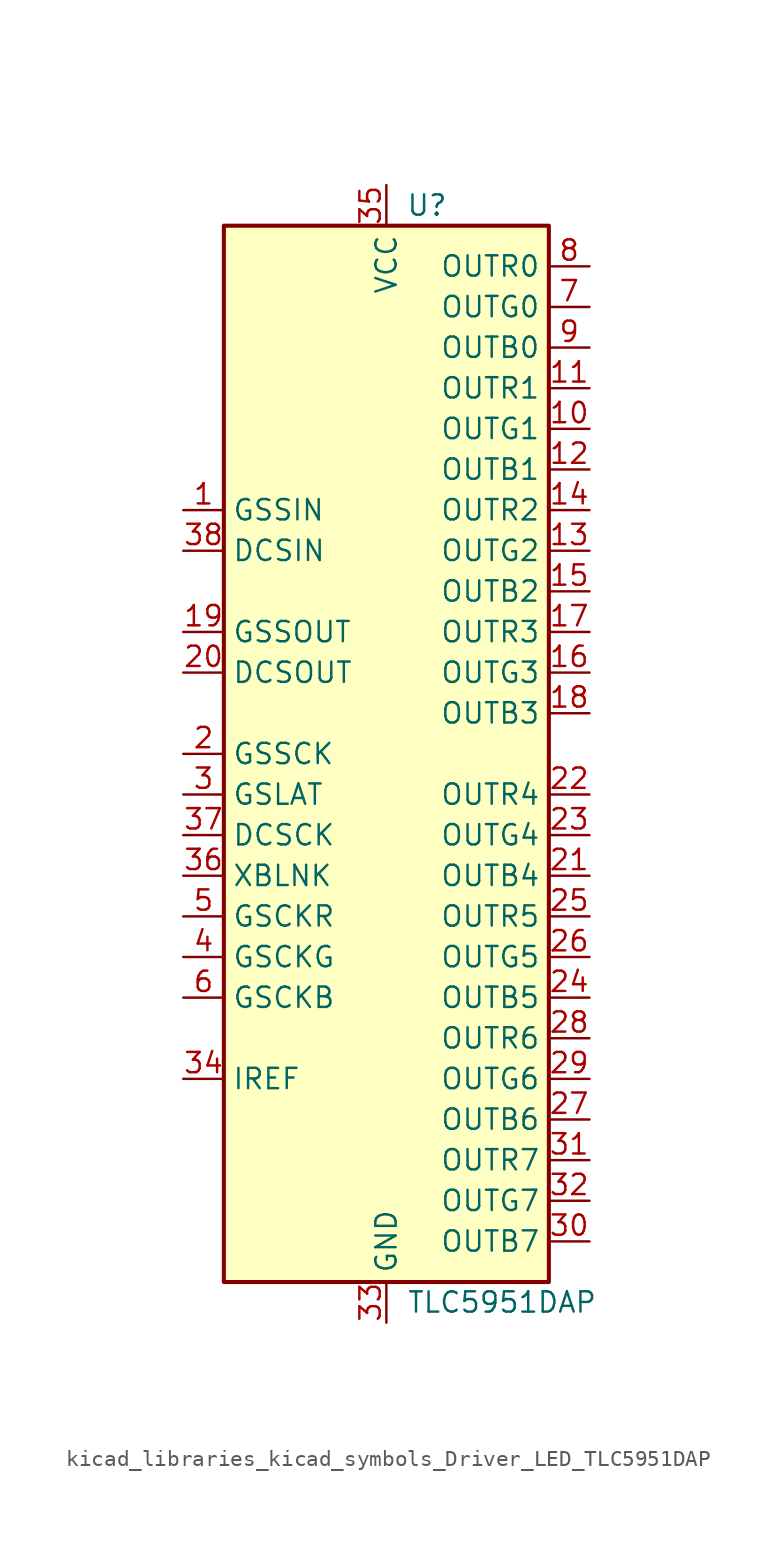
<source format=kicad_sym>
(kicad_symbol_lib
  (version 20220914)
  (generator kicad_symbol_editor)
  (symbol "kicad_libraries_kicad_symbols_Driver_LED_TLC5951DAP"
    (property "Reference" "U"
      (at 2.54 34.29 0)
      (effects (font (size 1.27 1.27))))
    (property "Value" "TLC5951DAP"
      (at 1.27 -34.29 0)
      (effects (font (size 1.27 1.27)) (justify left)))
    (symbol "kicad_libraries_kicad_symbols_Driver_LED_TLC5951DAP_0_1"
      (rectangle (start -10.16 33.02) (end 10.16 -33.02) (stroke (width 0.254) (type default)) (fill (type background)))
      (pin input line (at -12.7 15.24 0) (length 2.54) (name "GSSIN" (effects (font (size 1.27 1.27)))) (number "1" (effects (font (size 1.27 1.27)))))
      (pin open_collector line (at 12.7 20.32 180) (length 2.54) (name "OUTG1" (effects (font (size 1.27 1.27)))) (number "10" (effects (font (size 1.27 1.27)))))
      (pin open_collector line (at 12.7 22.86 180) (length 2.54) (name "OUTR1" (effects (font (size 1.27 1.27)))) (number "11" (effects (font (size 1.27 1.27)))))
      (pin open_collector line (at 12.7 17.78 180) (length 2.54) (name "OUTB1" (effects (font (size 1.27 1.27)))) (number "12" (effects (font (size 1.27 1.27)))))
      (pin open_collector line (at 12.7 12.7 180) (length 2.54) (name "OUTG2" (effects (font (size 1.27 1.27)))) (number "13" (effects (font (size 1.27 1.27)))))
      (pin open_collector line (at 12.7 15.24 180) (length 2.54) (name "OUTR2" (effects (font (size 1.27 1.27)))) (number "14" (effects (font (size 1.27 1.27)))))
      (pin open_collector line (at 12.7 10.16 180) (length 2.54) (name "OUTB2" (effects (font (size 1.27 1.27)))) (number "15" (effects (font (size 1.27 1.27)))))
      (pin open_collector line (at 12.7 5.08 180) (length 2.54) (name "OUTG3" (effects (font (size 1.27 1.27)))) (number "16" (effects (font (size 1.27 1.27)))))
      (pin open_collector line (at 12.7 7.62 180) (length 2.54) (name "OUTR3" (effects (font (size 1.27 1.27)))) (number "17" (effects (font (size 1.27 1.27)))))
      (pin open_collector line (at 12.7 2.54 180) (length 2.54) (name "OUTB3" (effects (font (size 1.27 1.27)))) (number "18" (effects (font (size 1.27 1.27)))))
      (pin input line (at -12.7 0 0) (length 2.54) (name "GSSCK" (effects (font (size 1.27 1.27)))) (number "2" (effects (font (size 1.27 1.27)))))
      (pin open_collector line (at 12.7 -7.62 180) (length 2.54) (name "OUTB4" (effects (font (size 1.27 1.27)))) (number "21" (effects (font (size 1.27 1.27)))))
      (pin open_collector line (at 12.7 -2.54 180) (length 2.54) (name "OUTR4" (effects (font (size 1.27 1.27)))) (number "22" (effects (font (size 1.27 1.27)))))
      (pin open_collector line (at 12.7 -5.08 180) (length 2.54) (name "OUTG4" (effects (font (size 1.27 1.27)))) (number "23" (effects (font (size 1.27 1.27)))))
      (pin open_collector line (at 12.7 -15.24 180) (length 2.54) (name "OUTB5" (effects (font (size 1.27 1.27)))) (number "24" (effects (font (size 1.27 1.27)))))
      (pin open_collector line (at 12.7 -10.16 180) (length 2.54) (name "OUTR5" (effects (font (size 1.27 1.27)))) (number "25" (effects (font (size 1.27 1.27)))))
      (pin open_collector line (at 12.7 -12.7 180) (length 2.54) (name "OUTG5" (effects (font (size 1.27 1.27)))) (number "26" (effects (font (size 1.27 1.27)))))
      (pin open_collector line (at 12.7 -22.86 180) (length 2.54) (name "OUTB6" (effects (font (size 1.27 1.27)))) (number "27" (effects (font (size 1.27 1.27)))))
      (pin open_collector line (at 12.7 -17.78 180) (length 2.54) (name "OUTR6" (effects (font (size 1.27 1.27)))) (number "28" (effects (font (size 1.27 1.27)))))
      (pin open_collector line (at 12.7 -20.32 180) (length 2.54) (name "OUTG6" (effects (font (size 1.27 1.27)))) (number "29" (effects (font (size 1.27 1.27)))))
      (pin input line (at -12.7 -2.54 0) (length 2.54) (name "GSLAT" (effects (font (size 1.27 1.27)))) (number "3" (effects (font (size 1.27 1.27)))))
      (pin open_collector line (at 12.7 -30.48 180) (length 2.54) (name "OUTB7" (effects (font (size 1.27 1.27)))) (number "30" (effects (font (size 1.27 1.27)))))
      (pin open_collector line (at 12.7 -25.4 180) (length 2.54) (name "OUTR7" (effects (font (size 1.27 1.27)))) (number "31" (effects (font (size 1.27 1.27)))))
      (pin open_collector line (at 12.7 -27.94 180) (length 2.54) (name "OUTG7" (effects (font (size 1.27 1.27)))) (number "32" (effects (font (size 1.27 1.27)))))
      (pin power_in line (at 0 -35.56 90) (length 2.54) (name "GND" (effects (font (size 1.27 1.27)))) (number "33" (effects (font (size 1.27 1.27)))))
      (pin passive line (at -12.7 -20.32 0) (length 2.54) (name "IREF" (effects (font (size 1.27 1.27)))) (number "34" (effects (font (size 1.27 1.27)))))
      (pin power_in line (at 0 35.56 270) (length 2.54) (name "VCC" (effects (font (size 1.27 1.27)))) (number "35" (effects (font (size 1.27 1.27)))))
      (pin input line (at -12.7 -7.62 0) (length 2.54) (name "XBLNK" (effects (font (size 1.27 1.27)))) (number "36" (effects (font (size 1.27 1.27)))))
      (pin input line (at -12.7 -5.08 0) (length 2.54) (name "DCSCK" (effects (font (size 1.27 1.27)))) (number "37" (effects (font (size 1.27 1.27)))))
      (pin input line (at -12.7 12.7 0) (length 2.54) (name "DCSIN" (effects (font (size 1.27 1.27)))) (number "38" (effects (font (size 1.27 1.27)))))
      (pin passive line (at 0 -35.56 90) (length 2.54) hide (name "GND" (effects (font (size 1.27 1.27)))) (number "39" (effects (font (size 1.27 1.27)))))
      (pin input line (at -12.7 -12.7 0) (length 2.54) (name "GSCKG" (effects (font (size 1.27 1.27)))) (number "4" (effects (font (size 1.27 1.27)))))
      (pin input line (at -12.7 -10.16 0) (length 2.54) (name "GSCKR" (effects (font (size 1.27 1.27)))) (number "5" (effects (font (size 1.27 1.27)))))
      (pin input line (at -12.7 -15.24 0) (length 2.54) (name "GSCKB" (effects (font (size 1.27 1.27)))) (number "6" (effects (font (size 1.27 1.27)))))
      (pin open_collector line (at 12.7 27.94 180) (length 2.54) (name "OUTG0" (effects (font (size 1.27 1.27)))) (number "7" (effects (font (size 1.27 1.27)))))
      (pin open_collector line (at 12.7 30.48 180) (length 2.54) (name "OUTR0" (effects (font (size 1.27 1.27)))) (number "8" (effects (font (size 1.27 1.27)))))
      (pin open_collector line (at 12.7 25.4 180) (length 2.54) (name "OUTB0" (effects (font (size 1.27 1.27)))) (number "9" (effects (font (size 1.27 1.27))))))
    (symbol "kicad_libraries_kicad_symbols_Driver_LED_TLC5951DAP_1_1"
      (pin output line (at -12.7 7.62 0) (length 2.54) (name "GSSOUT" (effects (font (size 1.27 1.27)))) (number "19" (effects (font (size 1.27 1.27)))))
      (pin output line (at -12.7 5.08 0) (length 2.54) (name "DCSOUT" (effects (font (size 1.27 1.27)))) (number "20" (effects (font (size 1.27 1.27))))))))
</source>
